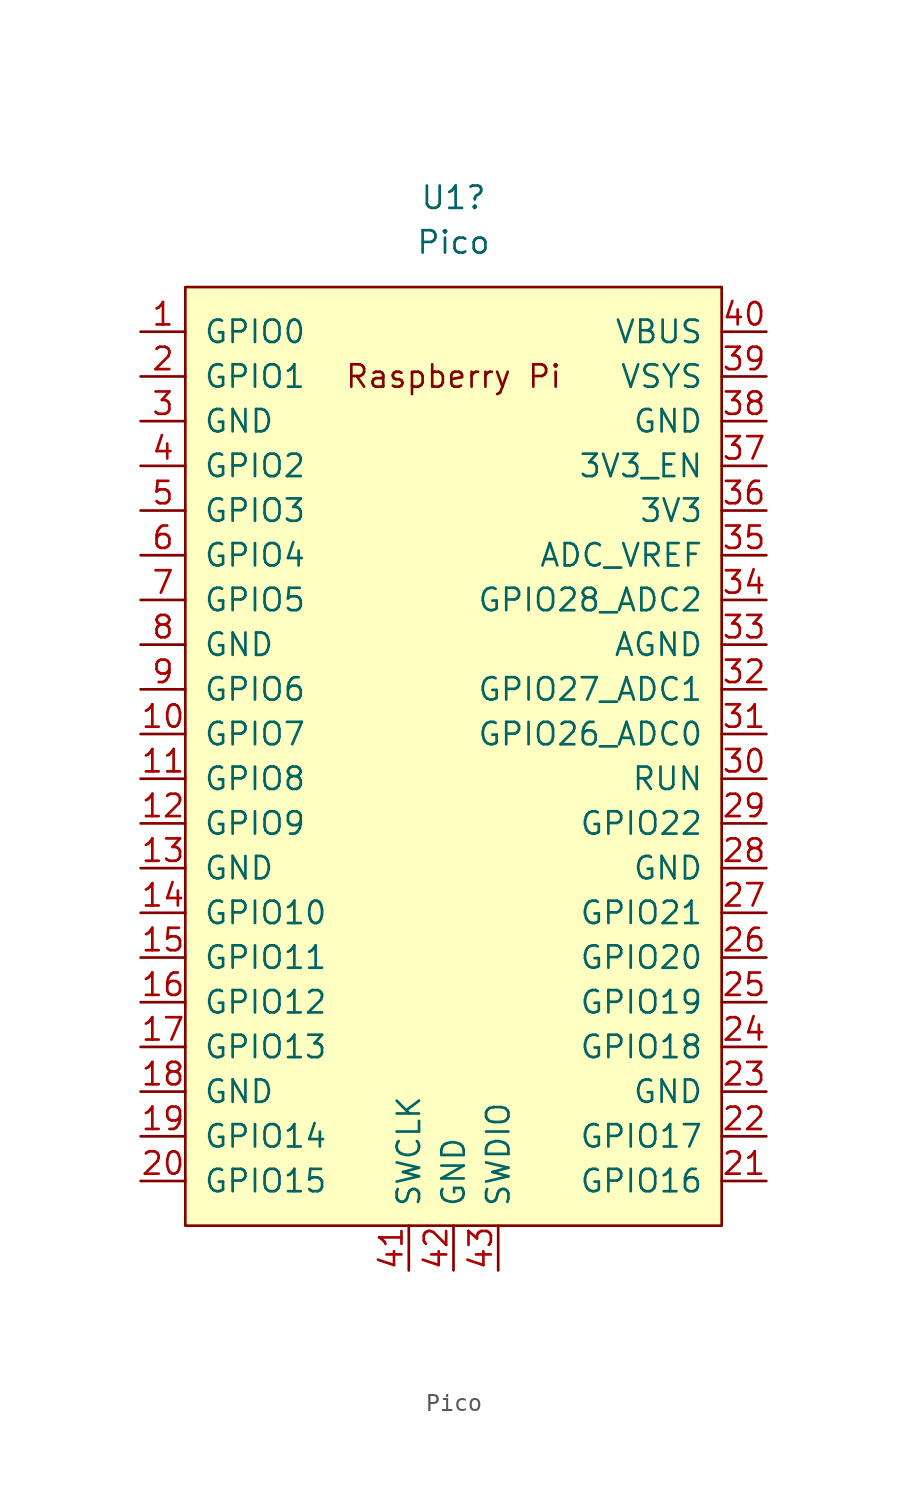
<source format=kicad_sym>
(kicad_symbol_lib
  (version 20231120)
  (generator "kicad_symbol_editor")
  (generator_version "8.0")
  (symbol "Pico"
    (pin_names
      (offset 1.016))
    (property "Reference" "U1"
      (at 0 31.75 0)
      (effects (font (size 1.27 1.27))))
    (property "Value" "Pico"
      (at 0 29.21 0)
      (effects (font (size 1.27 1.27))))
    (symbol "Pico_0_0"
      (text "Raspberry Pi" (at 0 21.59 0) (effects (font (size 1.27 1.27)))))
    (symbol "Pico_0_1"
      (rectangle (start -15.24 26.67) (end 15.24 -26.67) (stroke (width 0) (type solid)) (fill (type background))))
    (symbol "Pico_1_1"
      (pin bidirectional line (at -17.78 24.13 0) (length 2.54) (name "GPIO0" (effects (font (size 1.27 1.27)))) (number "1" (effects (font (size 1.27 1.27)))))
      (pin bidirectional line (at -17.78 1.27 0) (length 2.54) (name "GPIO7" (effects (font (size 1.27 1.27)))) (number "10" (effects (font (size 1.27 1.27)))))
      (pin bidirectional line (at -17.78 -1.27 0) (length 2.54) (name "GPIO8" (effects (font (size 1.27 1.27)))) (number "11" (effects (font (size 1.27 1.27)))))
      (pin bidirectional line (at -17.78 -3.81 0) (length 2.54) (name "GPIO9" (effects (font (size 1.27 1.27)))) (number "12" (effects (font (size 1.27 1.27)))))
      (pin power_in line (at -17.78 -6.35 0) (length 2.54) (name "GND" (effects (font (size 1.27 1.27)))) (number "13" (effects (font (size 1.27 1.27)))))
      (pin bidirectional line (at -17.78 -8.89 0) (length 2.54) (name "GPIO10" (effects (font (size 1.27 1.27)))) (number "14" (effects (font (size 1.27 1.27)))))
      (pin bidirectional line (at -17.78 -11.43 0) (length 2.54) (name "GPIO11" (effects (font (size 1.27 1.27)))) (number "15" (effects (font (size 1.27 1.27)))))
      (pin bidirectional line (at -17.78 -13.97 0) (length 2.54) (name "GPIO12" (effects (font (size 1.27 1.27)))) (number "16" (effects (font (size 1.27 1.27)))))
      (pin bidirectional line (at -17.78 -16.51 0) (length 2.54) (name "GPIO13" (effects (font (size 1.27 1.27)))) (number "17" (effects (font (size 1.27 1.27)))))
      (pin power_in line (at -17.78 -19.05 0) (length 2.54) (name "GND" (effects (font (size 1.27 1.27)))) (number "18" (effects (font (size 1.27 1.27)))))
      (pin bidirectional line (at -17.78 -21.59 0) (length 2.54) (name "GPIO14" (effects (font (size 1.27 1.27)))) (number "19" (effects (font (size 1.27 1.27)))))
      (pin bidirectional line (at -17.78 21.59 0) (length 2.54) (name "GPIO1" (effects (font (size 1.27 1.27)))) (number "2" (effects (font (size 1.27 1.27)))))
      (pin bidirectional line (at -17.78 -24.13 0) (length 2.54) (name "GPIO15" (effects (font (size 1.27 1.27)))) (number "20" (effects (font (size 1.27 1.27)))))
      (pin bidirectional line (at 17.78 -24.13 180) (length 2.54) (name "GPIO16" (effects (font (size 1.27 1.27)))) (number "21" (effects (font (size 1.27 1.27)))))
      (pin bidirectional line (at 17.78 -21.59 180) (length 2.54) (name "GPIO17" (effects (font (size 1.27 1.27)))) (number "22" (effects (font (size 1.27 1.27)))))
      (pin power_in line (at 17.78 -19.05 180) (length 2.54) (name "GND" (effects (font (size 1.27 1.27)))) (number "23" (effects (font (size 1.27 1.27)))))
      (pin bidirectional line (at 17.78 -16.51 180) (length 2.54) (name "GPIO18" (effects (font (size 1.27 1.27)))) (number "24" (effects (font (size 1.27 1.27)))))
      (pin bidirectional line (at 17.78 -13.97 180) (length 2.54) (name "GPIO19" (effects (font (size 1.27 1.27)))) (number "25" (effects (font (size 1.27 1.27)))))
      (pin bidirectional line (at 17.78 -11.43 180) (length 2.54) (name "GPIO20" (effects (font (size 1.27 1.27)))) (number "26" (effects (font (size 1.27 1.27)))))
      (pin bidirectional line (at 17.78 -8.89 180) (length 2.54) (name "GPIO21" (effects (font (size 1.27 1.27)))) (number "27" (effects (font (size 1.27 1.27)))))
      (pin power_in line (at 17.78 -6.35 180) (length 2.54) (name "GND" (effects (font (size 1.27 1.27)))) (number "28" (effects (font (size 1.27 1.27)))))
      (pin bidirectional line (at 17.78 -3.81 180) (length 2.54) (name "GPIO22" (effects (font (size 1.27 1.27)))) (number "29" (effects (font (size 1.27 1.27)))))
      (pin power_in line (at -17.78 19.05 0) (length 2.54) (name "GND" (effects (font (size 1.27 1.27)))) (number "3" (effects (font (size 1.27 1.27)))))
      (pin input line (at 17.78 -1.27 180) (length 2.54) (name "RUN" (effects (font (size 1.27 1.27)))) (number "30" (effects (font (size 1.27 1.27)))))
      (pin bidirectional line (at 17.78 1.27 180) (length 2.54) (name "GPIO26_ADC0" (effects (font (size 1.27 1.27)))) (number "31" (effects (font (size 1.27 1.27)))))
      (pin bidirectional line (at 17.78 3.81 180) (length 2.54) (name "GPIO27_ADC1" (effects (font (size 1.27 1.27)))) (number "32" (effects (font (size 1.27 1.27)))))
      (pin power_in line (at 17.78 6.35 180) (length 2.54) (name "AGND" (effects (font (size 1.27 1.27)))) (number "33" (effects (font (size 1.27 1.27)))))
      (pin bidirectional line (at 17.78 8.89 180) (length 2.54) (name "GPIO28_ADC2" (effects (font (size 1.27 1.27)))) (number "34" (effects (font (size 1.27 1.27)))))
      (pin unspecified line (at 17.78 11.43 180) (length 2.54) (name "ADC_VREF" (effects (font (size 1.27 1.27)))) (number "35" (effects (font (size 1.27 1.27)))))
      (pin power_in line (at 17.78 13.97 180) (length 2.54) (name "3V3" (effects (font (size 1.27 1.27)))) (number "36" (effects (font (size 1.27 1.27)))))
      (pin input line (at 17.78 16.51 180) (length 2.54) (name "3V3_EN" (effects (font (size 1.27 1.27)))) (number "37" (effects (font (size 1.27 1.27)))))
      (pin power_in line (at 17.78 19.05 180) (length 2.54) (name "GND" (effects (font (size 1.27 1.27)))) (number "38" (effects (font (size 1.27 1.27)))))
      (pin unspecified line (at 17.78 21.59 180) (length 2.54) (name "VSYS" (effects (font (size 1.27 1.27)))) (number "39" (effects (font (size 1.27 1.27)))))
      (pin bidirectional line (at -17.78 16.51 0) (length 2.54) (name "GPIO2" (effects (font (size 1.27 1.27)))) (number "4" (effects (font (size 1.27 1.27)))))
      (pin power_in line (at 17.78 24.13 180) (length 2.54) (name "VBUS" (effects (font (size 1.27 1.27)))) (number "40" (effects (font (size 1.27 1.27)))))
      (pin input line (at -2.54 -29.21 90) (length 2.54) (name "SWCLK" (effects (font (size 1.27 1.27)))) (number "41" (effects (font (size 1.27 1.27)))))
      (pin power_in line (at 0 -29.21 90) (length 2.54) (name "GND" (effects (font (size 1.27 1.27)))) (number "42" (effects (font (size 1.27 1.27)))))
      (pin bidirectional line (at 2.54 -29.21 90) (length 2.54) (name "SWDIO" (effects (font (size 1.27 1.27)))) (number "43" (effects (font (size 1.27 1.27)))))
      (pin bidirectional line (at -17.78 13.97 0) (length 2.54) (name "GPIO3" (effects (font (size 1.27 1.27)))) (number "5" (effects (font (size 1.27 1.27)))))
      (pin bidirectional line (at -17.78 11.43 0) (length 2.54) (name "GPIO4" (effects (font (size 1.27 1.27)))) (number "6" (effects (font (size 1.27 1.27)))))
      (pin bidirectional line (at -17.78 8.89 0) (length 2.54) (name "GPIO5" (effects (font (size 1.27 1.27)))) (number "7" (effects (font (size 1.27 1.27)))))
      (pin power_in line (at -17.78 6.35 0) (length 2.54) (name "GND" (effects (font (size 1.27 1.27)))) (number "8" (effects (font (size 1.27 1.27)))))
      (pin bidirectional line (at -17.78 3.81 0) (length 2.54) (name "GPIO6" (effects (font (size 1.27 1.27)))) (number "9" (effects (font (size 1.27 1.27))))))))
</source>
